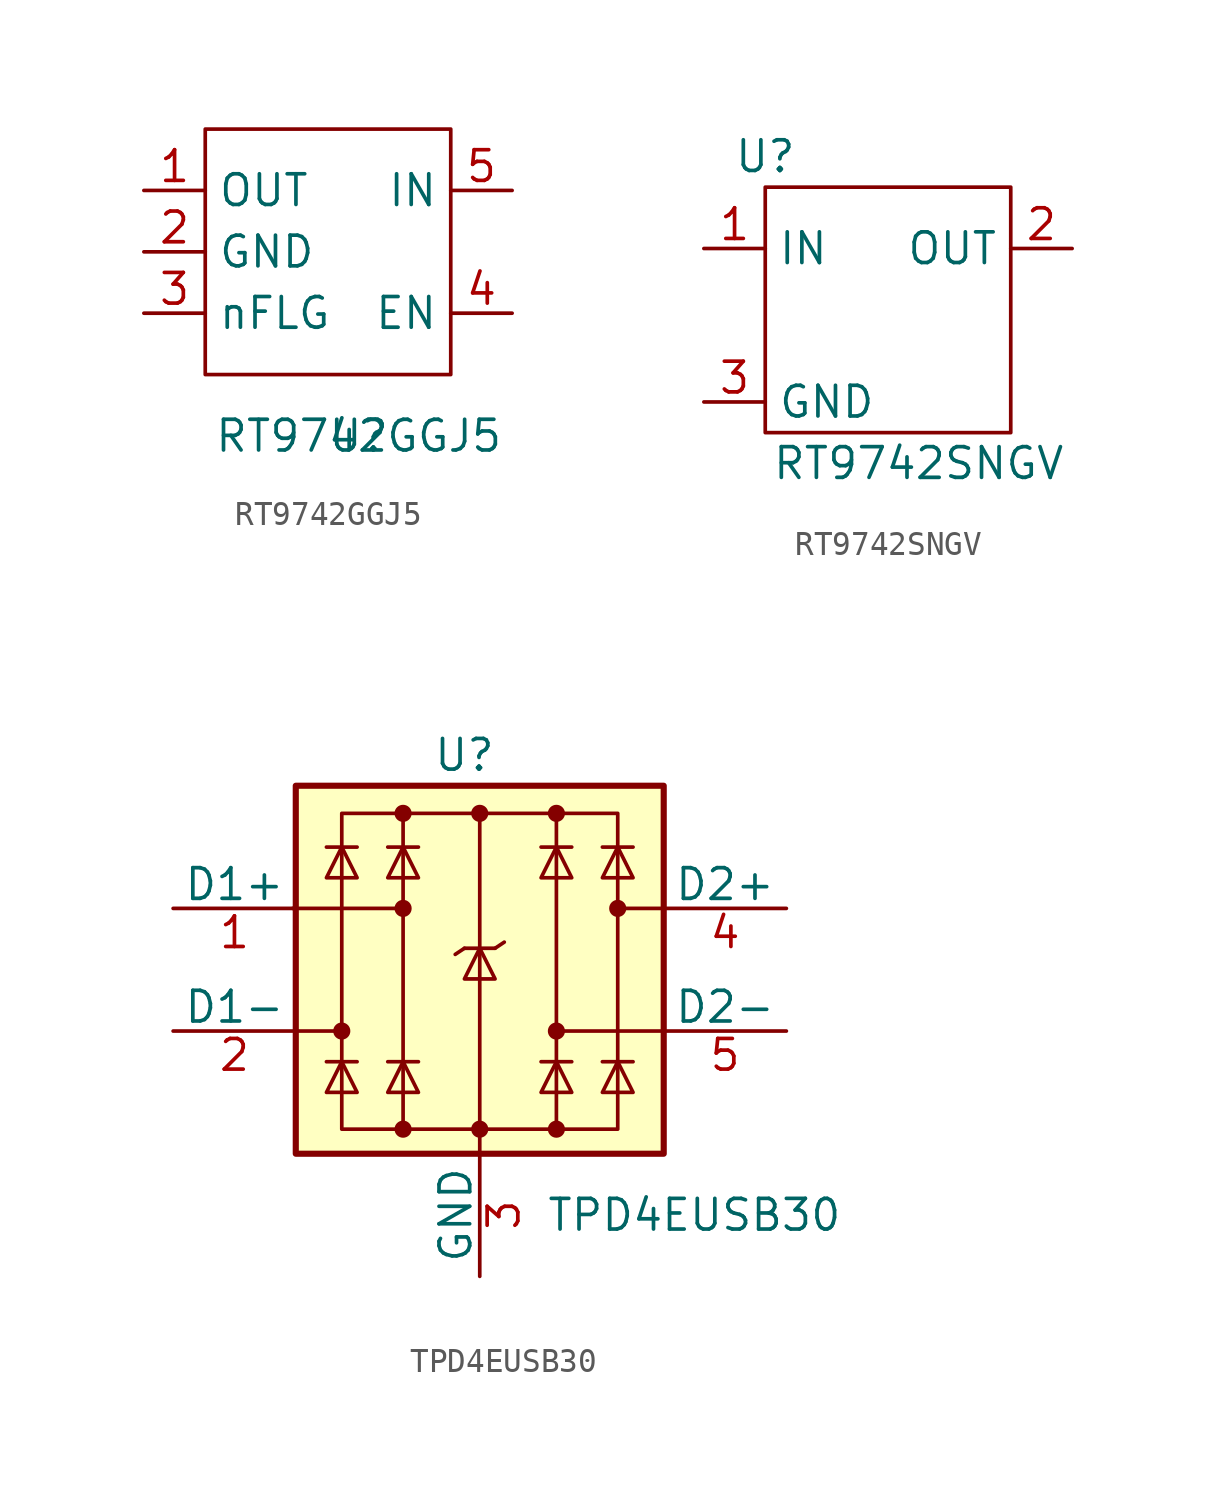
<source format=kicad_sym>
(kicad_symbol_lib
  (version 20241209)
  (generator "kicad_symbol_editor")
  (generator_version "9.0")
  (symbol "RT9742GGJ5"
    (property "Reference" "U"
      (at 0 0 0)
      (effects (font (size 1.27 1.27))))
    (property "Value" "RT9742GGJ5"
      (at 0 0 0)
      (effects (font (size 1.27 1.27))))
    (symbol "RT9742GGJ5_0_0"
      (pin power_out line (at -8.89 10.16 0) (length 2.54) (name "OUT" (effects (font (size 1.27 1.27)))) (number "1" (effects (font (size 1.27 1.27)))))
      (pin power_in line (at -8.89 7.62 0) (length 2.54) (name "GND" (effects (font (size 1.27 1.27)))) (number "2" (effects (font (size 1.27 1.27)))))
      (pin open_collector line (at -8.89 5.08 0) (length 2.54) (name "nFLG" (effects (font (size 1.27 1.27)))) (number "3" (effects (font (size 1.27 1.27)))))
      (pin power_in line (at 6.35 10.16 180) (length 2.54) (name "IN" (effects (font (size 1.27 1.27)))) (number "5" (effects (font (size 1.27 1.27)))))
      (pin input line (at 6.35 5.08 180) (length 2.54) (name "EN" (effects (font (size 1.27 1.27)))) (number "4" (effects (font (size 1.27 1.27))))))
    (symbol "RT9742GGJ5_0_1"
      (rectangle (start -6.35 12.7) (end 3.81 2.54) (stroke (width 0) (type default)) (fill (type none)))))
  (symbol "RT9742SNGV"
    (property "Reference" "U"
      (at -2.54 7.62 0)
      (effects (font (size 1.27 1.27))))
    (property "Value" "RT9742SNGV"
      (at 3.81 -5.08 0)
      (effects (font (size 1.27 1.27))))
    (symbol "RT9742SNGV_0_1"
      (rectangle (start -2.54 6.35) (end 7.62 -3.81) (stroke (width 0) (type default)) (fill (type none))))
    (symbol "RT9742SNGV_1_1"
      (pin power_in line (at -5.08 3.81 0) (length 2.54) (name "IN" (effects (font (size 1.27 1.27)))) (number "1" (effects (font (size 1.27 1.27)))))
      (pin power_in line (at -5.08 -2.54 0) (length 2.54) (name "GND" (effects (font (size 1.27 1.27)))) (number "3" (effects (font (size 1.27 1.27)))))
      (pin power_out line (at 10.16 3.81 180) (length 2.54) (name "OUT" (effects (font (size 1.27 1.27)))) (number "2" (effects (font (size 1.27 1.27)))))))
  (symbol "TPD4EUSB30"
    (pin_names
      (offset 0))
    (property "Reference" "U"
      (at -0.635 8.89 0)
      (effects (font (size 1.27 1.27))))
    (property "Value" "TPD4EUSB30"
      (at 8.89 -10.16 0)
      (effects (font (size 1.27 1.27))))
    (symbol "TPD4EUSB30_0_0"
      (rectangle (start -5.715 6.477) (end 5.715 -6.604) (stroke (width 0) (type default)) (fill (type none)))
      (polyline (pts (xy -3.175 -6.604) (xy -3.175 6.477)) (stroke (width 0) (type default)) (fill (type none)))
      (polyline (pts (xy 0 6.477) (xy 0 -6.604)) (stroke (width 0) (type default)) (fill (type none)))
      (polyline (pts (xy 3.175 6.477) (xy 3.175 -6.604)) (stroke (width 0) (type default)) (fill (type none))))
    (symbol "TPD4EUSB30_0_1"
      (polyline (pts (xy -7.747 2.54) (xy -3.175 2.54)) (stroke (width 0) (type default)) (fill (type none)))
      (rectangle (start -7.62 7.62) (end 7.62 -7.62) (stroke (width 0.254) (type default)) (fill (type background)))
      (polyline (pts (xy -7.62 -2.54) (xy -5.715 -2.54)) (stroke (width 0) (type default)) (fill (type none)))
      (circle (center -5.715 -2.54) (radius 0.279) (stroke (width 0) (type default)) (fill (type outline)))
      (polyline (pts (xy -5.08 5.08) (xy -6.35 5.08)) (stroke (width 0) (type default)) (fill (type none)))
      (polyline (pts (xy -5.08 3.81) (xy -6.35 3.81) (xy -5.715 5.08) (xy -5.08 3.81)) (stroke (width 0) (type default)) (fill (type none)))
      (polyline (pts (xy -5.08 -3.81) (xy -6.35 -3.81)) (stroke (width 0) (type default)) (fill (type none)))
      (polyline (pts (xy -5.08 -5.08) (xy -6.35 -5.08) (xy -5.715 -3.81) (xy -5.08 -5.08)) (stroke (width 0) (type default)) (fill (type none)))
      (circle (center -3.175 6.477) (radius 0.279) (stroke (width 0) (type default)) (fill (type outline)))
      (circle (center -3.175 2.54) (radius 0.279) (stroke (width 0) (type default)) (fill (type outline)))
      (circle (center -3.175 -6.604) (radius 0.279) (stroke (width 0) (type default)) (fill (type outline)))
      (polyline (pts (xy -2.54 5.08) (xy -3.81 5.08)) (stroke (width 0) (type default)) (fill (type none)))
      (polyline (pts (xy -2.54 3.81) (xy -3.81 3.81) (xy -3.175 5.08) (xy -2.54 3.81)) (stroke (width 0) (type default)) (fill (type none)))
      (polyline (pts (xy -2.54 -3.81) (xy -3.81 -3.81)) (stroke (width 0) (type default)) (fill (type none)))
      (polyline (pts (xy -2.54 -5.08) (xy -3.81 -5.08) (xy -3.175 -3.81) (xy -2.54 -5.08)) (stroke (width 0) (type default)) (fill (type none)))
      (polyline (pts (xy -0.635 0.889) (xy -1.016 0.635)) (stroke (width 0) (type default)) (fill (type none)))
      (circle (center 0 6.477) (radius 0.279) (stroke (width 0) (type default)) (fill (type outline)))
      (polyline (pts (xy 0 -6.604) (xy 0 -7.62)) (stroke (width 0) (type default)) (fill (type none)))
      (circle (center 0 -6.604) (radius 0.279) (stroke (width 0) (type default)) (fill (type outline)))
      (polyline (pts (xy 0.635 0.889) (xy -0.635 0.889)) (stroke (width 0) (type default)) (fill (type none)))
      (polyline (pts (xy 0.635 0.889) (xy 1.016 1.143)) (stroke (width 0) (type default)) (fill (type none)))
      (polyline (pts (xy 0.635 -0.381) (xy -0.635 -0.381) (xy 0 0.889) (xy 0.635 -0.381)) (stroke (width 0) (type default)) (fill (type none)))
      (circle (center 3.175 6.477) (radius 0.279) (stroke (width 0) (type default)) (fill (type outline)))
      (circle (center 3.175 -2.54) (radius 0.279) (stroke (width 0) (type default)) (fill (type outline)))
      (circle (center 3.175 -6.604) (radius 0.279) (stroke (width 0) (type default)) (fill (type outline)))
      (polyline (pts (xy 3.81 5.08) (xy 2.54 5.08)) (stroke (width 0) (type default)) (fill (type none)))
      (polyline (pts (xy 3.81 3.81) (xy 2.54 3.81) (xy 3.175 5.08) (xy 3.81 3.81)) (stroke (width 0) (type default)) (fill (type none)))
      (polyline (pts (xy 3.81 -3.81) (xy 2.54 -3.81)) (stroke (width 0) (type default)) (fill (type none)))
      (polyline (pts (xy 3.81 -5.08) (xy 2.54 -5.08) (xy 3.175 -3.81) (xy 3.81 -5.08)) (stroke (width 0) (type default)) (fill (type none)))
      (circle (center 5.715 2.54) (radius 0.279) (stroke (width 0) (type default)) (fill (type outline)))
      (polyline (pts (xy 6.35 5.08) (xy 5.08 5.08)) (stroke (width 0) (type default)) (fill (type none)))
      (polyline (pts (xy 6.35 3.81) (xy 5.08 3.81) (xy 5.715 5.08) (xy 6.35 3.81)) (stroke (width 0) (type default)) (fill (type none)))
      (polyline (pts (xy 6.35 -3.81) (xy 5.08 -3.81)) (stroke (width 0) (type default)) (fill (type none)))
      (polyline (pts (xy 6.35 -5.08) (xy 5.08 -5.08) (xy 5.715 -3.81) (xy 6.35 -5.08)) (stroke (width 0) (type default)) (fill (type none)))
      (polyline (pts (xy 7.62 2.54) (xy 5.715 2.54)) (stroke (width 0) (type default)) (fill (type none)))
      (polyline (pts (xy 7.62 -2.54) (xy 3.175 -2.54)) (stroke (width 0) (type default)) (fill (type none))))
    (symbol "TPD4EUSB30_1_1"
      (pin passive line (at -12.7 2.54 0) (length 5.08) (name "D1+" (effects (font (size 1.27 1.27)))) (number "1" (effects (font (size 1.27 1.27)))))
      (pin passive line (at -12.7 2.54 0) (length 5.08) (hide yes) (name "~" (effects (font (size 1.27 1.27)))) (number "10" (effects (font (size 1.27 1.27)))))
      (pin passive line (at -12.7 -2.54 0) (length 5.08) (name "D1-" (effects (font (size 1.27 1.27)))) (number "2" (effects (font (size 1.27 1.27)))))
      (pin passive line (at -12.7 -2.54 0) (length 5.08) (hide yes) (name "~" (effects (font (size 1.27 1.27)))) (number "9" (effects (font (size 1.27 1.27)))))
      (pin power_in line (at 0 -12.7 90) (length 5.08) (name "GND" (effects (font (size 1.27 1.27)))) (number "3" (effects (font (size 1.27 1.27)))))
      (pin passive line (at 0 -12.7 90) (length 5.08) (hide yes) (name "GND" (effects (font (size 1.27 1.27)))) (number "8" (effects (font (size 1.27 1.27)))))
      (pin passive line (at 12.7 2.54 180) (length 5.08) (name "D2+" (effects (font (size 1.27 1.27)))) (number "4" (effects (font (size 1.27 1.27)))))
      (pin passive line (at 12.7 2.54 180) (length 5.08) (hide yes) (name "~" (effects (font (size 1.27 1.27)))) (number "7" (effects (font (size 1.27 1.27)))))
      (pin passive line (at 12.7 -2.54 180) (length 5.08) (name "D2-" (effects (font (size 1.27 1.27)))) (number "5" (effects (font (size 1.27 1.27)))))
      (pin passive line (at 12.7 -2.54 180) (length 5.08) (hide yes) (name "~" (effects (font (size 1.27 1.27)))) (number "6" (effects (font (size 1.27 1.27))))))))
</source>
